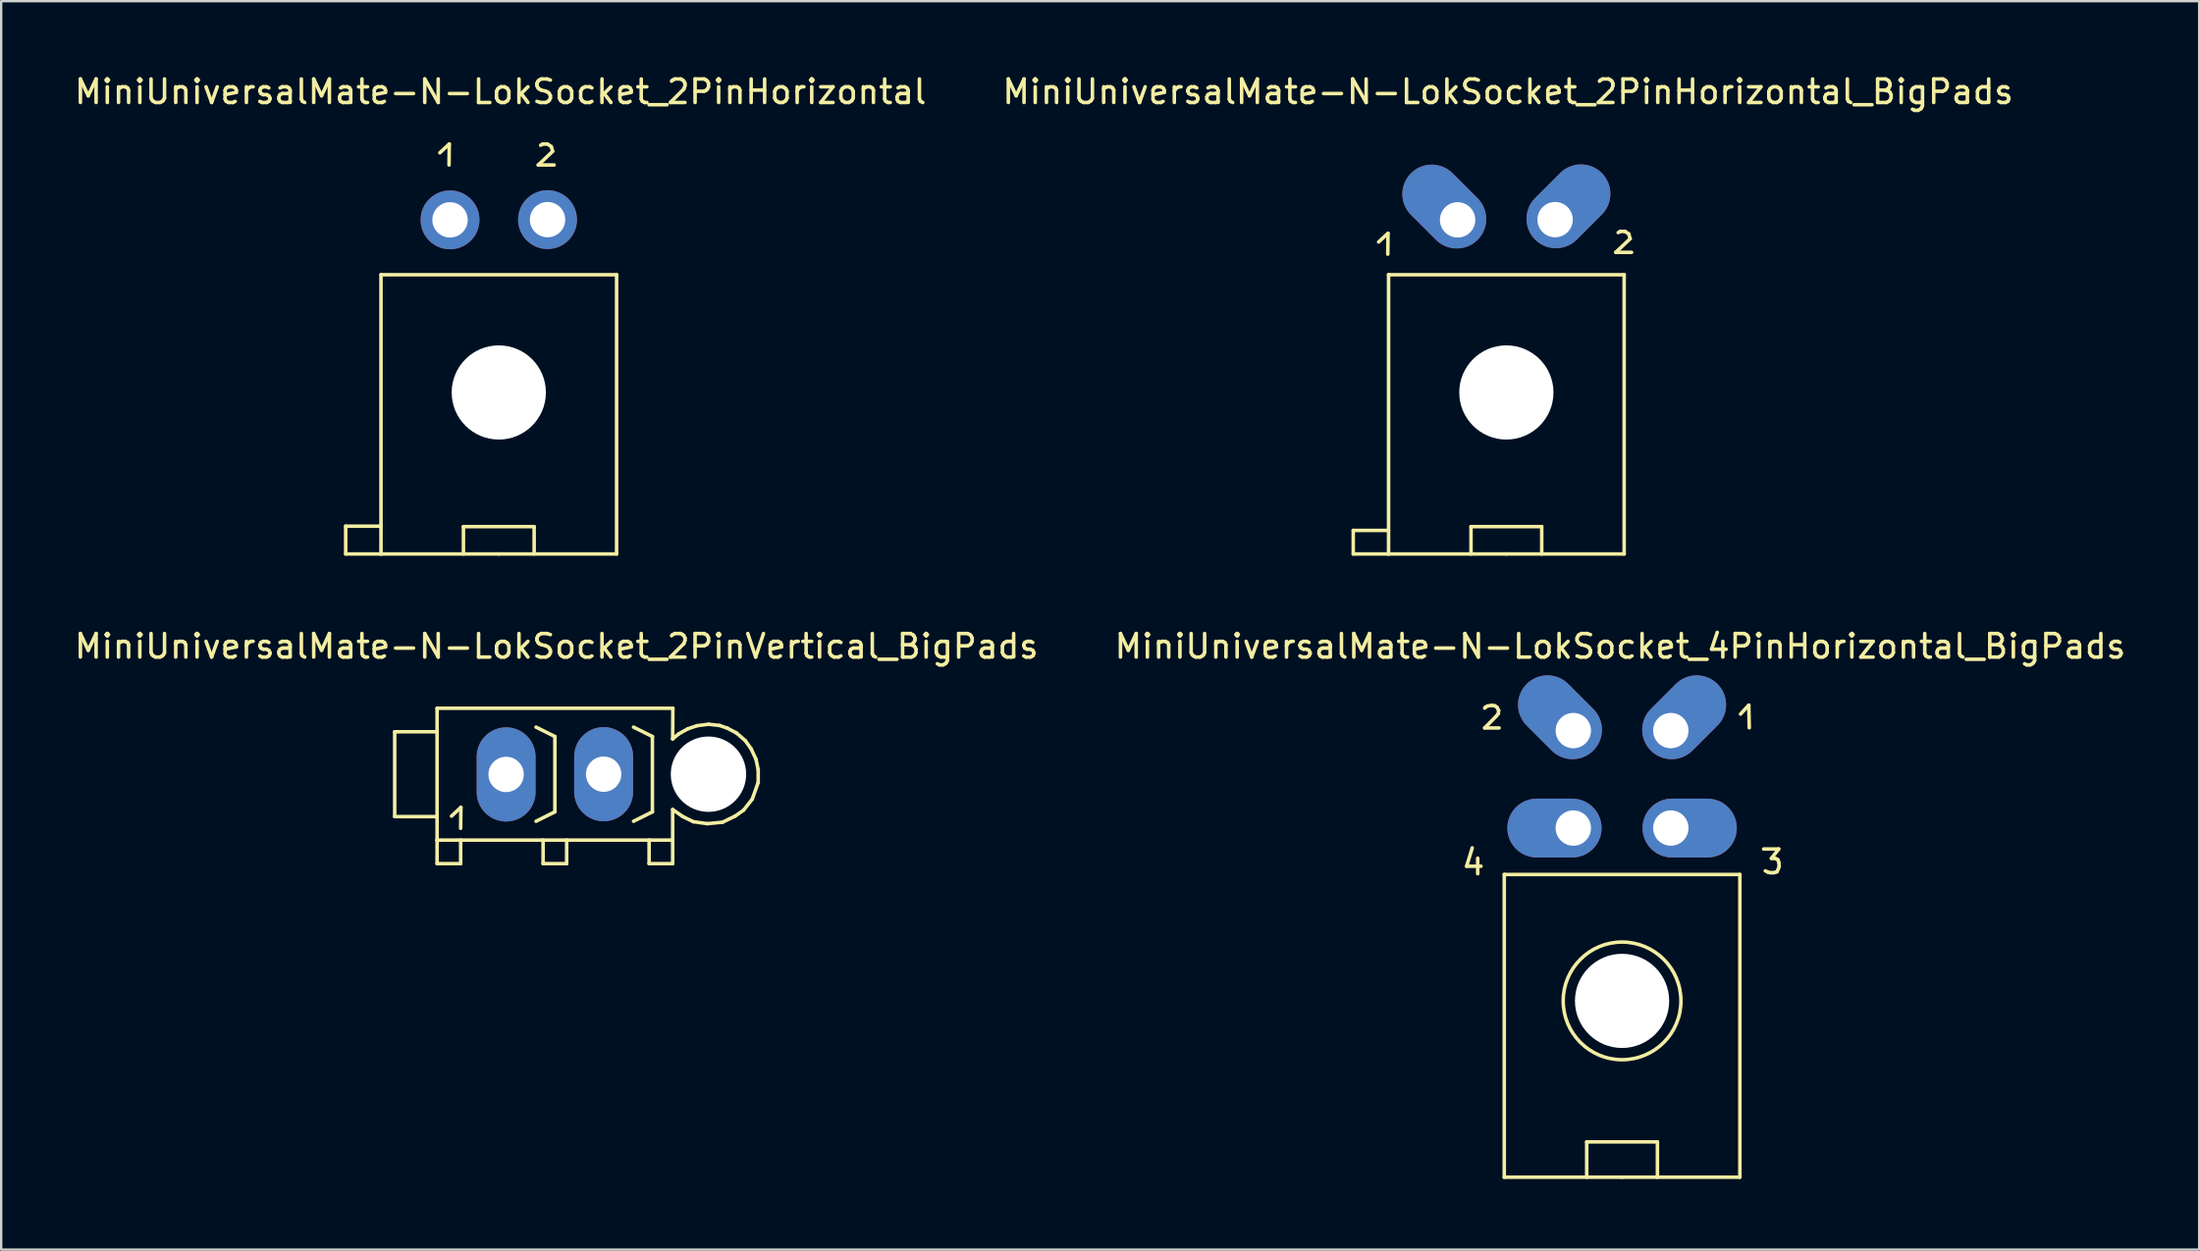
<source format=kicad_pcb>
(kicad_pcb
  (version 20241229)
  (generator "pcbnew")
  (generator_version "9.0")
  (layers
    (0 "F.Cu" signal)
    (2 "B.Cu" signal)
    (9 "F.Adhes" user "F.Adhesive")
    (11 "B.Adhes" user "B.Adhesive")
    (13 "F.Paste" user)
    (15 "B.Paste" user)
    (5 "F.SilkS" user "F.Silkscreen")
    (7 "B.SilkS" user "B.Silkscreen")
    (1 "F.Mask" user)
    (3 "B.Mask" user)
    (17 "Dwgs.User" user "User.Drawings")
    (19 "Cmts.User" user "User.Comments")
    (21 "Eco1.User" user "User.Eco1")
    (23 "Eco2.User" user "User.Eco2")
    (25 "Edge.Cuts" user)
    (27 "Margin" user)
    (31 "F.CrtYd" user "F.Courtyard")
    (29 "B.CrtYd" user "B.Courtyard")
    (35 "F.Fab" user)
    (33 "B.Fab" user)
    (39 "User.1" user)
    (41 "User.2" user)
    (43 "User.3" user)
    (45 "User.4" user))
  (footprint "MiniUniversalMate-N-LokSocket_2PinVertical_BigPads"
    (layer "F.Cu")
    (at 20.506 29.834)
    (property "Reference" "MiniUniversalMate-N-LokSocket_2PinVertical_BigPads" (at 0.071 -5.431 0) (layer "F.SilkS") (effects (font (size 1 1) (thickness 0.15))))
    (attr through_hole)
    (fp_line (start -6.8 -1.801) (end -6.8 1.801) (stroke (width 0.15) (type solid)) (layer "F.SilkS"))
    (fp_line (start -6.8 1.801) (end -5.001 1.801) (stroke (width 0.15) (type solid)) (layer "F.SilkS"))
    (fp_line (start -5.001 -2.799) (end -5.001 2.799) (stroke (width 0.15) (type solid)) (layer "F.SilkS"))
    (fp_line (start -5.001 -2.799) (end 5.009 -2.799) (stroke (width 0.15) (type solid)) (layer "F.SilkS"))
    (fp_line (start -5.001 -1.801) (end -6.8 -1.801) (stroke (width 0.15) (type solid)) (layer "F.SilkS"))
    (fp_line (start -5.001 2.799) (end -5.001 3.8) (stroke (width 0.15) (type solid)) (layer "F.SilkS"))
    (fp_line (start -5.001 2.799) (end 5.001 2.799) (stroke (width 0.15) (type solid)) (layer "F.SilkS"))
    (fp_line (start -5.001 3.8) (end -4 3.8) (stroke (width 0.15) (type solid)) (layer "F.SilkS"))
    (fp_line (start -4.389 1.781) (end -3.99 1.41) (stroke (width 0.15) (type solid)) (layer "F.SilkS"))
    (fp_line (start -4 3.8) (end -4 2.799) (stroke (width 0.15) (type solid)) (layer "F.SilkS"))
    (fp_line (start -3.99 1.41) (end -4 2.299) (stroke (width 0.15) (type solid)) (layer "F.SilkS"))
    (fp_line (start -0.5 3.8) (end -0.5 2.799) (stroke (width 0.15) (type solid)) (layer "F.SilkS"))
    (fp_line (start 0 -1.6) (end -0.8 -1.999) (stroke (width 0.15) (type solid)) (layer "F.SilkS"))
    (fp_line (start 0 -1.6) (end 0 1.6) (stroke (width 0.15) (type solid)) (layer "F.SilkS"))
    (fp_line (start 0 1.6) (end -0.8 1.999) (stroke (width 0.15) (type solid)) (layer "F.SilkS"))
    (fp_line (start 0.5 2.799) (end 0.5 3.8) (stroke (width 0.15) (type solid)) (layer "F.SilkS"))
    (fp_line (start 0.5 3.8) (end -0.5 3.8) (stroke (width 0.15) (type solid)) (layer "F.SilkS"))
    (fp_line (start 4 3.8) (end 4 2.799) (stroke (width 0.15) (type solid)) (layer "F.SilkS"))
    (fp_line (start 4.14 -1.6) (end 3.34 -1.999) (stroke (width 0.15) (type solid)) (layer "F.SilkS"))
    (fp_line (start 4.14 -1.6) (end 4.14 1.6) (stroke (width 0.15) (type solid)) (layer "F.SilkS"))
    (fp_line (start 4.14 1.6) (end 3.34 1.999) (stroke (width 0.15) (type solid)) (layer "F.SilkS"))
    (fp_line (start 5.001 -1.501) (end 5.271 -1.72) (stroke (width 0.15) (type solid)) (layer "F.SilkS"))
    (fp_line (start 5.001 2.799) (end 5.001 1.501) (stroke (width 0.15) (type solid)) (layer "F.SilkS"))
    (fp_line (start 5.001 2.799) (end 5.001 3.8) (stroke (width 0.15) (type solid)) (layer "F.SilkS"))
    (fp_line (start 5.001 3.8) (end 4 3.8) (stroke (width 0.15) (type solid)) (layer "F.SilkS"))
    (fp_line (start 5.009 -2.799) (end 5.001 -1.491) (stroke (width 0.15) (type solid)) (layer "F.SilkS"))
    (fp_line (start 5.271 -1.72) (end 5.649 -1.93) (stroke (width 0.15) (type solid)) (layer "F.SilkS"))
    (fp_line (start 5.431 1.801) (end 5.001 1.501) (stroke (width 0.15) (type solid)) (layer "F.SilkS"))
    (fp_line (start 5.649 -1.93) (end 6.04 -2.06) (stroke (width 0.15) (type solid)) (layer "F.SilkS"))
    (fp_line (start 5.88 2.019) (end 5.431 1.801) (stroke (width 0.15) (type solid)) (layer "F.SilkS"))
    (fp_line (start 6.04 -2.06) (end 6.52 -2.121) (stroke (width 0.15) (type solid)) (layer "F.SilkS"))
    (fp_line (start 6.469 2.101) (end 5.88 2.019) (stroke (width 0.15) (type solid)) (layer "F.SilkS"))
    (fp_line (start 6.52 -2.121) (end 6.99 -2.07) (stroke (width 0.15) (type solid)) (layer "F.SilkS"))
    (fp_line (start 6.99 -2.07) (end 7.33 -1.951) (stroke (width 0.15) (type solid)) (layer "F.SilkS"))
    (fp_line (start 7.12 2.04) (end 6.469 2.101) (stroke (width 0.15) (type solid)) (layer "F.SilkS"))
    (fp_line (start 7.33 -1.951) (end 7.709 -1.75) (stroke (width 0.15) (type solid)) (layer "F.SilkS"))
    (fp_line (start 7.65 1.781) (end 7.12 2.04) (stroke (width 0.15) (type solid)) (layer "F.SilkS"))
    (fp_line (start 7.709 -1.75) (end 8.08 -1.43) (stroke (width 0.15) (type solid)) (layer "F.SilkS"))
    (fp_line (start 8.011 1.529) (end 7.65 1.781) (stroke (width 0.15) (type solid)) (layer "F.SilkS"))
    (fp_line (start 8.08 -1.43) (end 8.331 -1.079) (stroke (width 0.15) (type solid)) (layer "F.SilkS"))
    (fp_line (start 8.331 -1.079) (end 8.539 -0.63) (stroke (width 0.15) (type solid)) (layer "F.SilkS"))
    (fp_line (start 8.379 1.059) (end 8.011 1.529) (stroke (width 0.15) (type solid)) (layer "F.SilkS"))
    (fp_line (start 8.539 -0.63) (end 8.631 -0.191) (stroke (width 0.15) (type solid)) (layer "F.SilkS"))
    (fp_line (start 8.631 -0.191) (end 8.631 0.351) (stroke (width 0.15) (type solid)) (layer "F.SilkS"))
    (fp_line (start 8.631 0.351) (end 8.379 1.059) (stroke (width 0.15) (type solid)) (layer "F.SilkS"))
    (pad "" np_thru_hole circle (at 6.52 0) (size 3.2 3.2) (drill 3.2) (layers "*.Cu" "*.Mask"))
    (pad "1" thru_hole oval (at -2.07 0.01 90) (size 4 2.499) (drill 1.501) (layers "*.Cu" "*.Mask"))
    (pad "2" thru_hole oval (at 2.07 0 90) (size 4 2.499) (drill 1.501) (layers "*.Cu" "*.Mask")))
  (footprint "MiniUniversalMate-N-LokSocket_4PinHorizontal_BigPads"
    (layer "F.Cu")
    (at 65.811 30.052)
    (property "Reference" "MiniUniversalMate-N-LokSocket_4PinHorizontal_BigPads" (at -0.079 -5.649 0) (layer "F.SilkS") (effects (font (size 1 1) (thickness 0.15))))
    (attr through_hole)
    (fp_line (start -6.599 3.691) (end -5.989 3.691) (stroke (width 0.15) (type solid)) (layer "F.SilkS"))
    (fp_line (start -6.36 2.911) (end -6.599 3.691) (stroke (width 0.15) (type solid)) (layer "F.SilkS"))
    (fp_line (start -6.129 3.35) (end -6.129 4.011) (stroke (width 0.15) (type solid)) (layer "F.SilkS"))
    (fp_line (start -5.832 -3.023) (end -5.801 -3.063) (stroke (width 0.15) (type solid)) (layer "F.SilkS"))
    (fp_line (start -5.832 -2.182) (end -5.22 -2.182) (stroke (width 0.15) (type solid)) (layer "F.SilkS"))
    (fp_line (start -5.801 -3.063) (end -5.71 -3.114) (stroke (width 0.15) (type solid)) (layer "F.SilkS"))
    (fp_line (start -5.71 -3.114) (end -5.532 -3.142) (stroke (width 0.15) (type solid)) (layer "F.SilkS"))
    (fp_line (start -5.532 -3.142) (end -5.4 -3.122) (stroke (width 0.15) (type solid)) (layer "F.SilkS"))
    (fp_line (start -5.4 -3.122) (end -5.311 -3.063) (stroke (width 0.15) (type solid)) (layer "F.SilkS"))
    (fp_line (start -5.342 -2.682) (end -5.832 -2.182) (stroke (width 0.15) (type solid)) (layer "F.SilkS"))
    (fp_line (start -5.311 -3.063) (end -5.24 -2.924) (stroke (width 0.15) (type solid)) (layer "F.SilkS"))
    (fp_line (start -5.25 -2.794) (end -5.342 -2.682) (stroke (width 0.15) (type solid)) (layer "F.SilkS"))
    (fp_line (start -5.24 -2.924) (end -5.25 -2.794) (stroke (width 0.15) (type solid)) (layer "F.SilkS"))
    (fp_line (start -5.001 4.041) (end 5.001 4.041) (stroke (width 0.15) (type solid)) (layer "F.SilkS"))
    (fp_line (start -5.001 16.901) (end -5.001 4.041) (stroke (width 0.15) (type solid)) (layer "F.SilkS"))
    (fp_line (start -1.501 15.4) (end -1.501 16.901) (stroke (width 0.15) (type solid)) (layer "F.SilkS"))
    (fp_line (start 0 16.901) (end -5.001 16.901) (stroke (width 0.15) (type solid)) (layer "F.SilkS"))
    (fp_line (start 0 16.901) (end 5.001 16.901) (stroke (width 0.15) (type solid)) (layer "F.SilkS"))
    (fp_line (start 1.501 15.4) (end -1.501 15.4) (stroke (width 0.15) (type solid)) (layer "F.SilkS"))
    (fp_line (start 1.501 16.901) (end 1.501 15.4) (stroke (width 0.15) (type solid)) (layer "F.SilkS"))
    (fp_line (start 5.001 4.041) (end 5.001 16.901) (stroke (width 0.15) (type solid)) (layer "F.SilkS"))
    (fp_line (start 5.029 -2.771) (end 5.38 -3.15) (stroke (width 0.15) (type solid)) (layer "F.SilkS"))
    (fp_line (start 5.38 -3.15) (end 5.4 -2.189) (stroke (width 0.15) (type solid)) (layer "F.SilkS"))
    (fp_line (start 6.01 2.959) (end 6.65 2.959) (stroke (width 0.15) (type solid)) (layer "F.SilkS"))
    (fp_line (start 6.22 3.957) (end 6.081 3.889) (stroke (width 0.15) (type solid)) (layer "F.SilkS"))
    (fp_line (start 6.32 3.967) (end 6.22 3.957) (stroke (width 0.15) (type solid)) (layer "F.SilkS"))
    (fp_line (start 6.34 3.358) (end 6.5 3.358) (stroke (width 0.15) (type solid)) (layer "F.SilkS"))
    (fp_line (start 6.439 3.967) (end 6.32 3.967) (stroke (width 0.15) (type solid)) (layer "F.SilkS"))
    (fp_line (start 6.5 3.358) (end 6.619 3.419) (stroke (width 0.15) (type solid)) (layer "F.SilkS"))
    (fp_line (start 6.571 3.929) (end 6.439 3.967) (stroke (width 0.15) (type solid)) (layer "F.SilkS"))
    (fp_line (start 6.619 3.419) (end 6.66 3.548) (stroke (width 0.15) (type solid)) (layer "F.SilkS"))
    (fp_line (start 6.629 3.818) (end 6.571 3.929) (stroke (width 0.15) (type solid)) (layer "F.SilkS"))
    (fp_line (start 6.65 2.959) (end 6.34 3.358) (stroke (width 0.15) (type solid)) (layer "F.SilkS"))
    (fp_line (start 6.66 3.548) (end 6.67 3.698) (stroke (width 0.15) (type solid)) (layer "F.SilkS"))
    (fp_line (start 6.67 3.698) (end 6.629 3.818) (stroke (width 0.15) (type solid)) (layer "F.SilkS"))
    (fp_circle (center 0 9.411) (end 2.499 9.411) (stroke (width 0.15) (type solid)) (fill no) (layer "F.SilkS"))
    (pad "" np_thru_hole circle (at 0 9.411 90) (size 4 4) (drill 4) (layers "*.Cu" "*.Mask"))
    (pad "1" thru_hole oval (at 2.07 -2.07 45) (size 4 2.499) (drill 1.501 (offset 0.8 0)) (layers "*.Cu" "*.Mask"))
    (pad "2" thru_hole oval (at -2.07 -2.07 315) (size 4 2.499) (drill 1.501 (offset -0.8 0)) (layers "*.Cu" "*.Mask"))
    (pad "3" thru_hole oval (at 2.07 2.07) (size 4 2.499) (drill 1.501 (offset 0.8 0)) (layers "*.Cu" "*.Mask"))
    (pad "4" thru_hole oval (at -2.07 2.07) (size 4 2.499) (drill 1.501 (offset -0.8 0)) (layers "*.Cu" "*.Mask")))
  (footprint "MiniUniversalMate-N-LokSocket_2PinHorizontal"
    (layer "F.Cu")
    (at 18.125 6.279)
    (property "Reference" "MiniUniversalMate-N-LokSocket_2PinHorizontal" (at 0.071 -5.431 0) (layer "F.SilkS") (effects (font (size 1 1) (thickness 0.15))))
    (attr through_hole)
    (fp_line (start -6.5 13.02) (end -5.001 13.02) (stroke (width 0.15) (type solid)) (layer "F.SilkS"))
    (fp_line (start -6.5 14.201) (end -6.5 13.02) (stroke (width 0.15) (type solid)) (layer "F.SilkS"))
    (fp_line (start -5.001 2.339) (end 5.001 2.339) (stroke (width 0.15) (type solid)) (layer "F.SilkS"))
    (fp_line (start -5.001 14.201) (end -6.5 14.201) (stroke (width 0.15) (type solid)) (layer "F.SilkS"))
    (fp_line (start -5.001 14.201) (end -5.001 2.339) (stroke (width 0.15) (type solid)) (layer "F.SilkS"))
    (fp_line (start -2.502 -2.84) (end -2.103 -3.211) (stroke (width 0.15) (type solid)) (layer "F.SilkS"))
    (fp_line (start -2.103 -3.211) (end -2.113 -2.322) (stroke (width 0.15) (type solid)) (layer "F.SilkS"))
    (fp_line (start -1.501 13.04) (end -1.501 14.201) (stroke (width 0.15) (type solid)) (layer "F.SilkS"))
    (fp_line (start 0 14.201) (end -5.001 14.201) (stroke (width 0.15) (type solid)) (layer "F.SilkS"))
    (fp_line (start 0 14.201) (end 5.001 14.201) (stroke (width 0.15) (type solid)) (layer "F.SilkS"))
    (fp_line (start 1.501 13.04) (end -1.501 13.04) (stroke (width 0.15) (type solid)) (layer "F.SilkS"))
    (fp_line (start 1.501 14.201) (end 1.501 13.04) (stroke (width 0.15) (type solid)) (layer "F.SilkS"))
    (fp_line (start 1.676 -2.322) (end 2.347 -2.322) (stroke (width 0.15) (type solid)) (layer "F.SilkS"))
    (fp_line (start 1.778 -3.16) (end 1.867 -3.211) (stroke (width 0.15) (type solid)) (layer "F.SilkS"))
    (fp_line (start 1.867 -3.211) (end 2.068 -3.211) (stroke (width 0.15) (type solid)) (layer "F.SilkS"))
    (fp_line (start 2.068 -3.211) (end 2.228 -3.101) (stroke (width 0.15) (type solid)) (layer "F.SilkS"))
    (fp_line (start 2.228 -3.101) (end 2.286 -2.901) (stroke (width 0.15) (type solid)) (layer "F.SilkS"))
    (fp_line (start 2.286 -2.901) (end 1.676 -2.322) (stroke (width 0.15) (type solid)) (layer "F.SilkS"))
    (fp_line (start 5.001 2.339) (end 5.001 14.201) (stroke (width 0.15) (type solid)) (layer "F.SilkS"))
    (pad "" np_thru_hole circle (at 0 7.341) (size 4 4) (drill 4) (layers "*.Cu" "*.Mask"))
    (pad "1" thru_hole circle (at -2.07 0.01 90) (size 2.499 2.499) (drill 1.501) (layers "*.Cu" "*.Mask"))
    (pad "2" thru_hole circle (at 2.07 0 90) (size 2.499 2.499) (drill 1.501) (layers "*.Cu" "*.Mask")))
  (footprint "MiniUniversalMate-N-LokSocket_2PinHorizontal_BigPads"
    (layer "F.Cu")
    (at 60.899 6.279)
    (property "Reference" "MiniUniversalMate-N-LokSocket_2PinHorizontal_BigPads" (at 0.071 -5.431 0) (layer "F.SilkS") (effects (font (size 1 1) (thickness 0.15))))
    (attr through_hole)
    (fp_line (start -6.5 13.2) (end -5.001 13.2) (stroke (width 0.15) (type solid)) (layer "F.SilkS"))
    (fp_line (start -6.5 14.201) (end -6.5 13.2) (stroke (width 0.15) (type solid)) (layer "F.SilkS"))
    (fp_line (start -5.423 0.95) (end -5.024 0.579) (stroke (width 0.15) (type solid)) (layer "F.SilkS"))
    (fp_line (start -5.024 0.579) (end -5.034 1.468) (stroke (width 0.15) (type solid)) (layer "F.SilkS"))
    (fp_line (start -5.001 2.339) (end 5.001 2.339) (stroke (width 0.15) (type solid)) (layer "F.SilkS"))
    (fp_line (start -5.001 14.201) (end -6.5 14.201) (stroke (width 0.15) (type solid)) (layer "F.SilkS"))
    (fp_line (start -5.001 14.201) (end -5.001 2.339) (stroke (width 0.15) (type solid)) (layer "F.SilkS"))
    (fp_line (start -1.501 13.04) (end -1.501 14.201) (stroke (width 0.15) (type solid)) (layer "F.SilkS"))
    (fp_line (start 0 14.201) (end -5.001 14.201) (stroke (width 0.15) (type solid)) (layer "F.SilkS"))
    (fp_line (start 0 14.201) (end 5.001 14.201) (stroke (width 0.15) (type solid)) (layer "F.SilkS"))
    (fp_line (start 1.501 13.04) (end -1.501 13.04) (stroke (width 0.15) (type solid)) (layer "F.SilkS"))
    (fp_line (start 1.501 14.201) (end 1.501 13.04) (stroke (width 0.15) (type solid)) (layer "F.SilkS"))
    (fp_line (start 4.646 1.389) (end 5.316 1.389) (stroke (width 0.15) (type solid)) (layer "F.SilkS"))
    (fp_line (start 4.747 0.551) (end 4.836 0.5) (stroke (width 0.15) (type solid)) (layer "F.SilkS"))
    (fp_line (start 4.836 0.5) (end 5.037 0.5) (stroke (width 0.15) (type solid)) (layer "F.SilkS"))
    (fp_line (start 5.001 2.339) (end 5.001 14.201) (stroke (width 0.15) (type solid)) (layer "F.SilkS"))
    (fp_line (start 5.037 0.5) (end 5.197 0.61) (stroke (width 0.15) (type solid)) (layer "F.SilkS"))
    (fp_line (start 5.197 0.61) (end 5.255 0.81) (stroke (width 0.15) (type solid)) (layer "F.SilkS"))
    (fp_line (start 5.255 0.81) (end 4.646 1.389) (stroke (width 0.15) (type solid)) (layer "F.SilkS"))
    (pad "" np_thru_hole circle (at 0 7.341) (size 4 4) (drill 4) (layers "*.Cu" "*.Mask"))
    (pad "1" thru_hole oval (at -2.07 0.01 315) (size 4 2.499) (drill 1.501 (offset -0.8 0)) (layers "*.Cu" "*.Mask"))
    (pad "2" thru_hole oval (at 2.07 0 45) (size 4 2.499) (drill 1.501 (offset 0.8 0)) (layers "*.Cu" "*.Mask")))
  (gr_rect
    (start -3 -3)
    (end 90.31 50.028)
    (stroke (width 0.1) (type default))
    (fill no)
    (layer "Edge.Cuts")))
</source>
